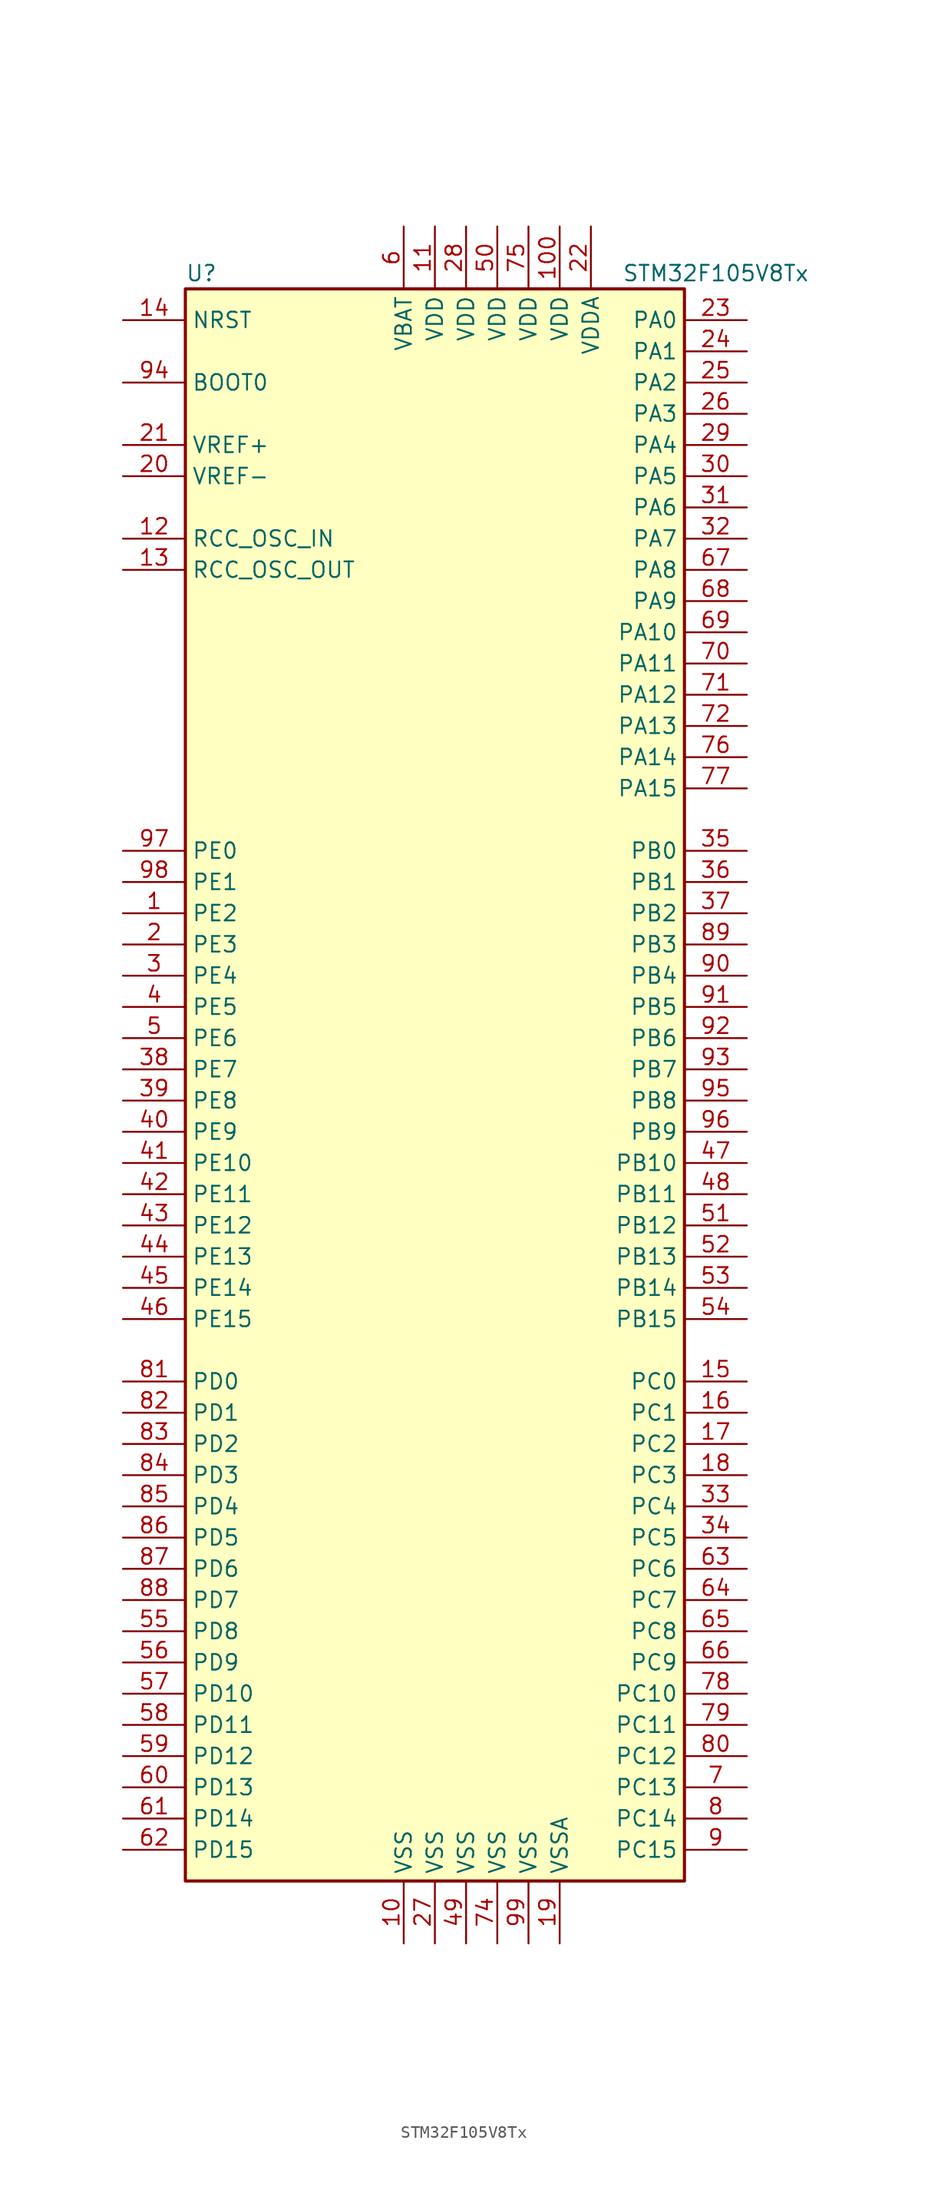
<source format=kicad_sym>
(kicad_symbol_lib
  (version 20201005)
  (generator kicad_symbol_editor)
  (symbol "STM32F105V8Tx"
    (property "Reference" "U"
      (at -20.32 64.77 0)
      (effects (font (size 1.27 1.27)) (justify left)))
    (property "Value" "STM32F105V8Tx"
      (at 15.24 64.77 0)
      (effects (font (size 1.27 1.27)) (justify left)))
    (symbol "STM32F105V8Tx_0_1"
      (rectangle (start -20.32 -66.04) (end 20.32 63.5) (stroke (width 0.254)) (fill (type background))))
    (symbol "STM32F105V8Tx_1_1"
      (pin input line (at -25.4 55.88 0) (length 5.08) (name "BOOT0" (effects (font (size 1.27 1.27)))) (number "94" (effects (font (size 1.27 1.27)))))
      (pin no_connect line (at -20.32 -63.5 0) (length 5.08) hide (name "NC" (effects (font (size 1.27 1.27)))) (number "73" (effects (font (size 1.27 1.27)))))
      (pin input line (at -25.4 60.96 0) (length 5.08) (name "NRST" (effects (font (size 1.27 1.27)))) (number "14" (effects (font (size 1.27 1.27)))))
      (pin bidirectional line (at 25.4 60.96 180) (length 5.08) (name "PA0" (effects (font (size 1.27 1.27)))) (number "23" (effects (font (size 1.27 1.27)))))
      (pin bidirectional line (at 25.4 58.42 180) (length 5.08) (name "PA1" (effects (font (size 1.27 1.27)))) (number "24" (effects (font (size 1.27 1.27)))))
      (pin bidirectional line (at 25.4 35.56 180) (length 5.08) (name "PA10" (effects (font (size 1.27 1.27)))) (number "69" (effects (font (size 1.27 1.27)))))
      (pin bidirectional line (at 25.4 33.02 180) (length 5.08) (name "PA11" (effects (font (size 1.27 1.27)))) (number "70" (effects (font (size 1.27 1.27)))))
      (pin bidirectional line (at 25.4 30.48 180) (length 5.08) (name "PA12" (effects (font (size 1.27 1.27)))) (number "71" (effects (font (size 1.27 1.27)))))
      (pin bidirectional line (at 25.4 27.94 180) (length 5.08) (name "PA13" (effects (font (size 1.27 1.27)))) (number "72" (effects (font (size 1.27 1.27)))))
      (pin bidirectional line (at 25.4 25.4 180) (length 5.08) (name "PA14" (effects (font (size 1.27 1.27)))) (number "76" (effects (font (size 1.27 1.27)))))
      (pin bidirectional line (at 25.4 22.86 180) (length 5.08) (name "PA15" (effects (font (size 1.27 1.27)))) (number "77" (effects (font (size 1.27 1.27)))))
      (pin bidirectional line (at 25.4 55.88 180) (length 5.08) (name "PA2" (effects (font (size 1.27 1.27)))) (number "25" (effects (font (size 1.27 1.27)))))
      (pin bidirectional line (at 25.4 53.34 180) (length 5.08) (name "PA3" (effects (font (size 1.27 1.27)))) (number "26" (effects (font (size 1.27 1.27)))))
      (pin bidirectional line (at 25.4 50.8 180) (length 5.08) (name "PA4" (effects (font (size 1.27 1.27)))) (number "29" (effects (font (size 1.27 1.27)))))
      (pin bidirectional line (at 25.4 48.26 180) (length 5.08) (name "PA5" (effects (font (size 1.27 1.27)))) (number "30" (effects (font (size 1.27 1.27)))))
      (pin bidirectional line (at 25.4 45.72 180) (length 5.08) (name "PA6" (effects (font (size 1.27 1.27)))) (number "31" (effects (font (size 1.27 1.27)))))
      (pin bidirectional line (at 25.4 43.18 180) (length 5.08) (name "PA7" (effects (font (size 1.27 1.27)))) (number "32" (effects (font (size 1.27 1.27)))))
      (pin bidirectional line (at 25.4 40.64 180) (length 5.08) (name "PA8" (effects (font (size 1.27 1.27)))) (number "67" (effects (font (size 1.27 1.27)))))
      (pin bidirectional line (at 25.4 38.1 180) (length 5.08) (name "PA9" (effects (font (size 1.27 1.27)))) (number "68" (effects (font (size 1.27 1.27)))))
      (pin bidirectional line (at 25.4 17.78 180) (length 5.08) (name "PB0" (effects (font (size 1.27 1.27)))) (number "35" (effects (font (size 1.27 1.27)))))
      (pin bidirectional line (at 25.4 15.24 180) (length 5.08) (name "PB1" (effects (font (size 1.27 1.27)))) (number "36" (effects (font (size 1.27 1.27)))))
      (pin bidirectional line (at 25.4 -7.62 180) (length 5.08) (name "PB10" (effects (font (size 1.27 1.27)))) (number "47" (effects (font (size 1.27 1.27)))))
      (pin bidirectional line (at 25.4 -10.16 180) (length 5.08) (name "PB11" (effects (font (size 1.27 1.27)))) (number "48" (effects (font (size 1.27 1.27)))))
      (pin bidirectional line (at 25.4 -12.7 180) (length 5.08) (name "PB12" (effects (font (size 1.27 1.27)))) (number "51" (effects (font (size 1.27 1.27)))))
      (pin bidirectional line (at 25.4 -15.24 180) (length 5.08) (name "PB13" (effects (font (size 1.27 1.27)))) (number "52" (effects (font (size 1.27 1.27)))))
      (pin bidirectional line (at 25.4 -17.78 180) (length 5.08) (name "PB14" (effects (font (size 1.27 1.27)))) (number "53" (effects (font (size 1.27 1.27)))))
      (pin bidirectional line (at 25.4 -20.32 180) (length 5.08) (name "PB15" (effects (font (size 1.27 1.27)))) (number "54" (effects (font (size 1.27 1.27)))))
      (pin bidirectional line (at 25.4 12.7 180) (length 5.08) (name "PB2" (effects (font (size 1.27 1.27)))) (number "37" (effects (font (size 1.27 1.27)))))
      (pin bidirectional line (at 25.4 10.16 180) (length 5.08) (name "PB3" (effects (font (size 1.27 1.27)))) (number "89" (effects (font (size 1.27 1.27)))))
      (pin bidirectional line (at 25.4 7.62 180) (length 5.08) (name "PB4" (effects (font (size 1.27 1.27)))) (number "90" (effects (font (size 1.27 1.27)))))
      (pin bidirectional line (at 25.4 5.08 180) (length 5.08) (name "PB5" (effects (font (size 1.27 1.27)))) (number "91" (effects (font (size 1.27 1.27)))))
      (pin bidirectional line (at 25.4 2.54 180) (length 5.08) (name "PB6" (effects (font (size 1.27 1.27)))) (number "92" (effects (font (size 1.27 1.27)))))
      (pin bidirectional line (at 25.4 0 180) (length 5.08) (name "PB7" (effects (font (size 1.27 1.27)))) (number "93" (effects (font (size 1.27 1.27)))))
      (pin bidirectional line (at 25.4 -2.54 180) (length 5.08) (name "PB8" (effects (font (size 1.27 1.27)))) (number "95" (effects (font (size 1.27 1.27)))))
      (pin bidirectional line (at 25.4 -5.08 180) (length 5.08) (name "PB9" (effects (font (size 1.27 1.27)))) (number "96" (effects (font (size 1.27 1.27)))))
      (pin bidirectional line (at 25.4 -25.4 180) (length 5.08) (name "PC0" (effects (font (size 1.27 1.27)))) (number "15" (effects (font (size 1.27 1.27)))))
      (pin bidirectional line (at 25.4 -27.94 180) (length 5.08) (name "PC1" (effects (font (size 1.27 1.27)))) (number "16" (effects (font (size 1.27 1.27)))))
      (pin bidirectional line (at 25.4 -50.8 180) (length 5.08) (name "PC10" (effects (font (size 1.27 1.27)))) (number "78" (effects (font (size 1.27 1.27)))))
      (pin bidirectional line (at 25.4 -53.34 180) (length 5.08) (name "PC11" (effects (font (size 1.27 1.27)))) (number "79" (effects (font (size 1.27 1.27)))))
      (pin bidirectional line (at 25.4 -55.88 180) (length 5.08) (name "PC12" (effects (font (size 1.27 1.27)))) (number "80" (effects (font (size 1.27 1.27)))))
      (pin bidirectional line (at 25.4 -58.42 180) (length 5.08) (name "PC13" (effects (font (size 1.27 1.27)))) (number "7" (effects (font (size 1.27 1.27)))))
      (pin bidirectional line (at 25.4 -60.96 180) (length 5.08) (name "PC14" (effects (font (size 1.27 1.27)))) (number "8" (effects (font (size 1.27 1.27)))))
      (pin bidirectional line (at 25.4 -63.5 180) (length 5.08) (name "PC15" (effects (font (size 1.27 1.27)))) (number "9" (effects (font (size 1.27 1.27)))))
      (pin bidirectional line (at 25.4 -30.48 180) (length 5.08) (name "PC2" (effects (font (size 1.27 1.27)))) (number "17" (effects (font (size 1.27 1.27)))))
      (pin bidirectional line (at 25.4 -33.02 180) (length 5.08) (name "PC3" (effects (font (size 1.27 1.27)))) (number "18" (effects (font (size 1.27 1.27)))))
      (pin bidirectional line (at 25.4 -35.56 180) (length 5.08) (name "PC4" (effects (font (size 1.27 1.27)))) (number "33" (effects (font (size 1.27 1.27)))))
      (pin bidirectional line (at 25.4 -38.1 180) (length 5.08) (name "PC5" (effects (font (size 1.27 1.27)))) (number "34" (effects (font (size 1.27 1.27)))))
      (pin bidirectional line (at 25.4 -40.64 180) (length 5.08) (name "PC6" (effects (font (size 1.27 1.27)))) (number "63" (effects (font (size 1.27 1.27)))))
      (pin bidirectional line (at 25.4 -43.18 180) (length 5.08) (name "PC7" (effects (font (size 1.27 1.27)))) (number "64" (effects (font (size 1.27 1.27)))))
      (pin bidirectional line (at 25.4 -45.72 180) (length 5.08) (name "PC8" (effects (font (size 1.27 1.27)))) (number "65" (effects (font (size 1.27 1.27)))))
      (pin bidirectional line (at 25.4 -48.26 180) (length 5.08) (name "PC9" (effects (font (size 1.27 1.27)))) (number "66" (effects (font (size 1.27 1.27)))))
      (pin bidirectional line (at -25.4 -25.4 0) (length 5.08) (name "PD0" (effects (font (size 1.27 1.27)))) (number "81" (effects (font (size 1.27 1.27)))))
      (pin bidirectional line (at -25.4 -27.94 0) (length 5.08) (name "PD1" (effects (font (size 1.27 1.27)))) (number "82" (effects (font (size 1.27 1.27)))))
      (pin bidirectional line (at -25.4 -50.8 0) (length 5.08) (name "PD10" (effects (font (size 1.27 1.27)))) (number "57" (effects (font (size 1.27 1.27)))))
      (pin bidirectional line (at -25.4 -53.34 0) (length 5.08) (name "PD11" (effects (font (size 1.27 1.27)))) (number "58" (effects (font (size 1.27 1.27)))))
      (pin bidirectional line (at -25.4 -55.88 0) (length 5.08) (name "PD12" (effects (font (size 1.27 1.27)))) (number "59" (effects (font (size 1.27 1.27)))))
      (pin bidirectional line (at -25.4 -58.42 0) (length 5.08) (name "PD13" (effects (font (size 1.27 1.27)))) (number "60" (effects (font (size 1.27 1.27)))))
      (pin bidirectional line (at -25.4 -60.96 0) (length 5.08) (name "PD14" (effects (font (size 1.27 1.27)))) (number "61" (effects (font (size 1.27 1.27)))))
      (pin bidirectional line (at -25.4 -63.5 0) (length 5.08) (name "PD15" (effects (font (size 1.27 1.27)))) (number "62" (effects (font (size 1.27 1.27)))))
      (pin bidirectional line (at -25.4 -30.48 0) (length 5.08) (name "PD2" (effects (font (size 1.27 1.27)))) (number "83" (effects (font (size 1.27 1.27)))))
      (pin bidirectional line (at -25.4 -33.02 0) (length 5.08) (name "PD3" (effects (font (size 1.27 1.27)))) (number "84" (effects (font (size 1.27 1.27)))))
      (pin bidirectional line (at -25.4 -35.56 0) (length 5.08) (name "PD4" (effects (font (size 1.27 1.27)))) (number "85" (effects (font (size 1.27 1.27)))))
      (pin bidirectional line (at -25.4 -38.1 0) (length 5.08) (name "PD5" (effects (font (size 1.27 1.27)))) (number "86" (effects (font (size 1.27 1.27)))))
      (pin bidirectional line (at -25.4 -40.64 0) (length 5.08) (name "PD6" (effects (font (size 1.27 1.27)))) (number "87" (effects (font (size 1.27 1.27)))))
      (pin bidirectional line (at -25.4 -43.18 0) (length 5.08) (name "PD7" (effects (font (size 1.27 1.27)))) (number "88" (effects (font (size 1.27 1.27)))))
      (pin bidirectional line (at -25.4 -45.72 0) (length 5.08) (name "PD8" (effects (font (size 1.27 1.27)))) (number "55" (effects (font (size 1.27 1.27)))))
      (pin bidirectional line (at -25.4 -48.26 0) (length 5.08) (name "PD9" (effects (font (size 1.27 1.27)))) (number "56" (effects (font (size 1.27 1.27)))))
      (pin bidirectional line (at -25.4 17.78 0) (length 5.08) (name "PE0" (effects (font (size 1.27 1.27)))) (number "97" (effects (font (size 1.27 1.27)))))
      (pin bidirectional line (at -25.4 15.24 0) (length 5.08) (name "PE1" (effects (font (size 1.27 1.27)))) (number "98" (effects (font (size 1.27 1.27)))))
      (pin bidirectional line (at -25.4 -7.62 0) (length 5.08) (name "PE10" (effects (font (size 1.27 1.27)))) (number "41" (effects (font (size 1.27 1.27)))))
      (pin bidirectional line (at -25.4 -10.16 0) (length 5.08) (name "PE11" (effects (font (size 1.27 1.27)))) (number "42" (effects (font (size 1.27 1.27)))))
      (pin bidirectional line (at -25.4 -12.7 0) (length 5.08) (name "PE12" (effects (font (size 1.27 1.27)))) (number "43" (effects (font (size 1.27 1.27)))))
      (pin bidirectional line (at -25.4 -15.24 0) (length 5.08) (name "PE13" (effects (font (size 1.27 1.27)))) (number "44" (effects (font (size 1.27 1.27)))))
      (pin bidirectional line (at -25.4 -17.78 0) (length 5.08) (name "PE14" (effects (font (size 1.27 1.27)))) (number "45" (effects (font (size 1.27 1.27)))))
      (pin bidirectional line (at -25.4 -20.32 0) (length 5.08) (name "PE15" (effects (font (size 1.27 1.27)))) (number "46" (effects (font (size 1.27 1.27)))))
      (pin bidirectional line (at -25.4 12.7 0) (length 5.08) (name "PE2" (effects (font (size 1.27 1.27)))) (number "1" (effects (font (size 1.27 1.27)))))
      (pin bidirectional line (at -25.4 10.16 0) (length 5.08) (name "PE3" (effects (font (size 1.27 1.27)))) (number "2" (effects (font (size 1.27 1.27)))))
      (pin bidirectional line (at -25.4 7.62 0) (length 5.08) (name "PE4" (effects (font (size 1.27 1.27)))) (number "3" (effects (font (size 1.27 1.27)))))
      (pin bidirectional line (at -25.4 5.08 0) (length 5.08) (name "PE5" (effects (font (size 1.27 1.27)))) (number "4" (effects (font (size 1.27 1.27)))))
      (pin bidirectional line (at -25.4 2.54 0) (length 5.08) (name "PE6" (effects (font (size 1.27 1.27)))) (number "5" (effects (font (size 1.27 1.27)))))
      (pin bidirectional line (at -25.4 0 0) (length 5.08) (name "PE7" (effects (font (size 1.27 1.27)))) (number "38" (effects (font (size 1.27 1.27)))))
      (pin bidirectional line (at -25.4 -2.54 0) (length 5.08) (name "PE8" (effects (font (size 1.27 1.27)))) (number "39" (effects (font (size 1.27 1.27)))))
      (pin bidirectional line (at -25.4 -5.08 0) (length 5.08) (name "PE9" (effects (font (size 1.27 1.27)))) (number "40" (effects (font (size 1.27 1.27)))))
      (pin input line (at -25.4 43.18 0) (length 5.08) (name "RCC_OSC_IN" (effects (font (size 1.27 1.27)))) (number "12" (effects (font (size 1.27 1.27)))))
      (pin input line (at -25.4 40.64 0) (length 5.08) (name "RCC_OSC_OUT" (effects (font (size 1.27 1.27)))) (number "13" (effects (font (size 1.27 1.27)))))
      (pin power_in line (at -2.54 68.58 270) (length 5.08) (name "VBAT" (effects (font (size 1.27 1.27)))) (number "6" (effects (font (size 1.27 1.27)))))
      (pin power_in line (at 10.16 68.58 270) (length 5.08) (name "VDD" (effects (font (size 1.27 1.27)))) (number "100" (effects (font (size 1.27 1.27)))))
      (pin power_in line (at 0 68.58 270) (length 5.08) (name "VDD" (effects (font (size 1.27 1.27)))) (number "11" (effects (font (size 1.27 1.27)))))
      (pin power_in line (at 2.54 68.58 270) (length 5.08) (name "VDD" (effects (font (size 1.27 1.27)))) (number "28" (effects (font (size 1.27 1.27)))))
      (pin power_in line (at 5.08 68.58 270) (length 5.08) (name "VDD" (effects (font (size 1.27 1.27)))) (number "50" (effects (font (size 1.27 1.27)))))
      (pin power_in line (at 7.62 68.58 270) (length 5.08) (name "VDD" (effects (font (size 1.27 1.27)))) (number "75" (effects (font (size 1.27 1.27)))))
      (pin power_in line (at 12.7 68.58 270) (length 5.08) (name "VDDA" (effects (font (size 1.27 1.27)))) (number "22" (effects (font (size 1.27 1.27)))))
      (pin power_in line (at -25.4 50.8 0) (length 5.08) (name "VREF+" (effects (font (size 1.27 1.27)))) (number "21" (effects (font (size 1.27 1.27)))))
      (pin power_in line (at -25.4 48.26 0) (length 5.08) (name "VREF-" (effects (font (size 1.27 1.27)))) (number "20" (effects (font (size 1.27 1.27)))))
      (pin power_in line (at -2.54 -71.12 90) (length 5.08) (name "VSS" (effects (font (size 1.27 1.27)))) (number "10" (effects (font (size 1.27 1.27)))))
      (pin power_in line (at 0 -71.12 90) (length 5.08) (name "VSS" (effects (font (size 1.27 1.27)))) (number "27" (effects (font (size 1.27 1.27)))))
      (pin power_in line (at 2.54 -71.12 90) (length 5.08) (name "VSS" (effects (font (size 1.27 1.27)))) (number "49" (effects (font (size 1.27 1.27)))))
      (pin power_in line (at 5.08 -71.12 90) (length 5.08) (name "VSS" (effects (font (size 1.27 1.27)))) (number "74" (effects (font (size 1.27 1.27)))))
      (pin power_in line (at 7.62 -71.12 90) (length 5.08) (name "VSS" (effects (font (size 1.27 1.27)))) (number "99" (effects (font (size 1.27 1.27)))))
      (pin power_in line (at 10.16 -71.12 90) (length 5.08) (name "VSSA" (effects (font (size 1.27 1.27)))) (number "19" (effects (font (size 1.27 1.27))))))))
</source>
